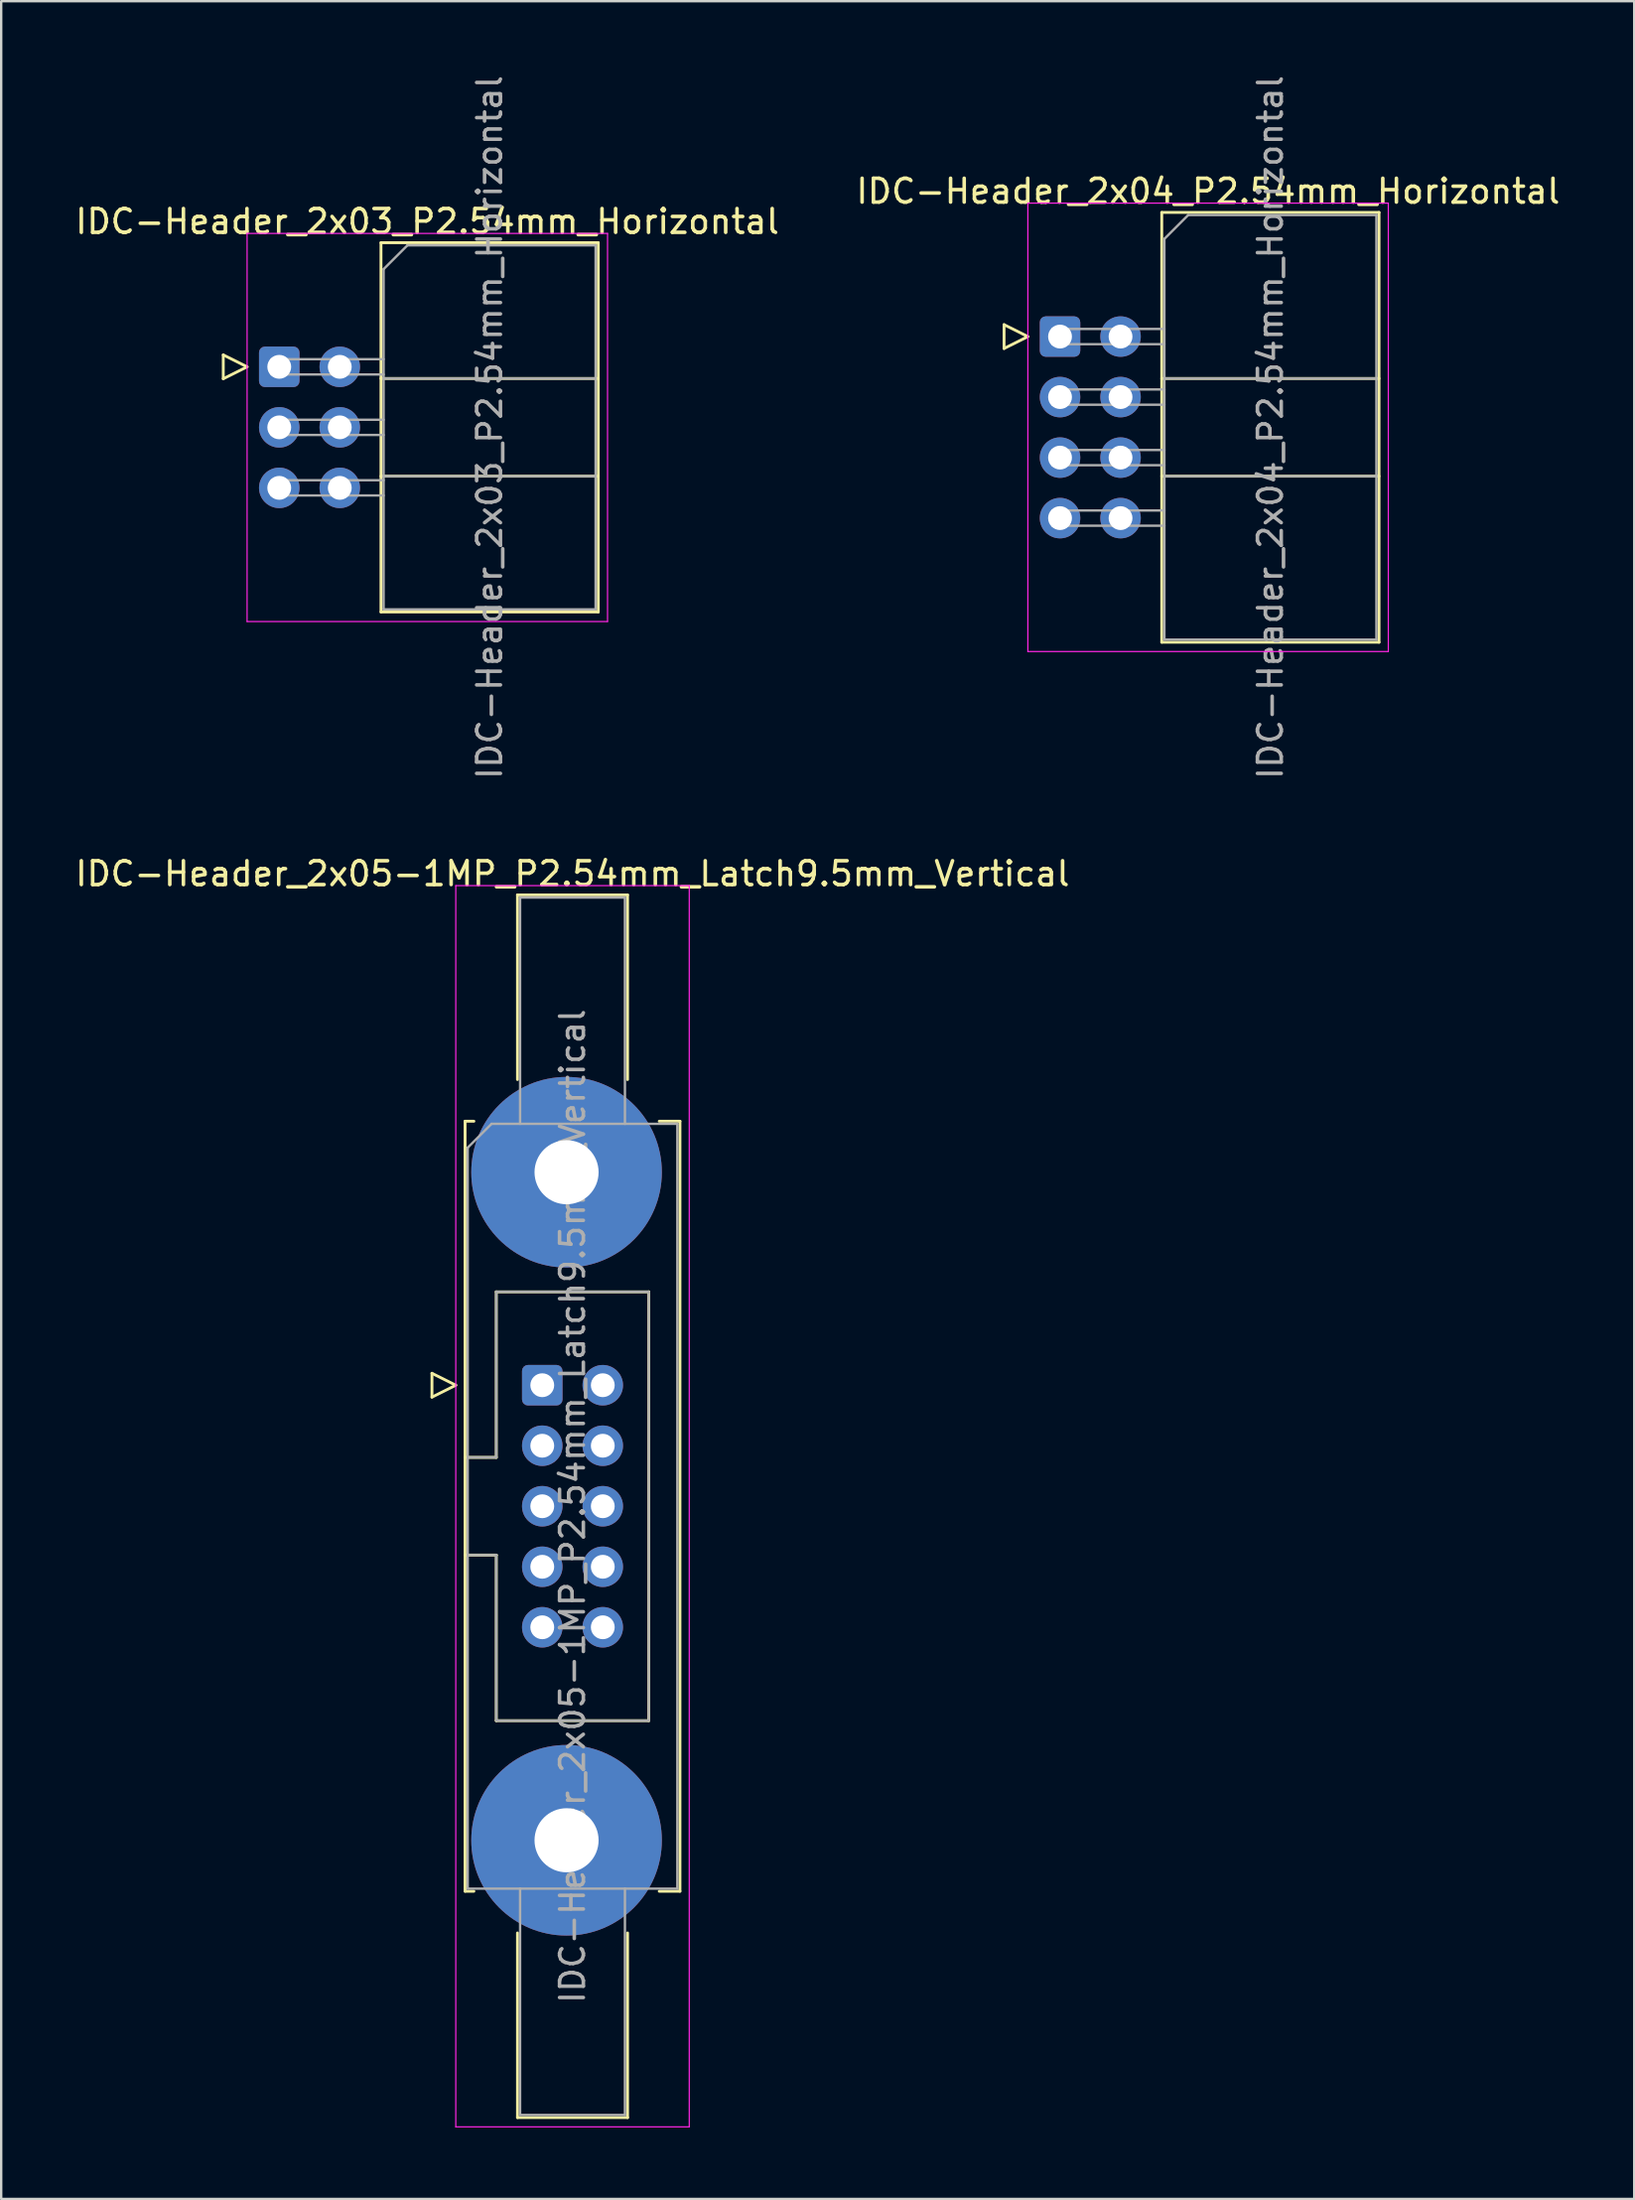
<source format=kicad_pcb>
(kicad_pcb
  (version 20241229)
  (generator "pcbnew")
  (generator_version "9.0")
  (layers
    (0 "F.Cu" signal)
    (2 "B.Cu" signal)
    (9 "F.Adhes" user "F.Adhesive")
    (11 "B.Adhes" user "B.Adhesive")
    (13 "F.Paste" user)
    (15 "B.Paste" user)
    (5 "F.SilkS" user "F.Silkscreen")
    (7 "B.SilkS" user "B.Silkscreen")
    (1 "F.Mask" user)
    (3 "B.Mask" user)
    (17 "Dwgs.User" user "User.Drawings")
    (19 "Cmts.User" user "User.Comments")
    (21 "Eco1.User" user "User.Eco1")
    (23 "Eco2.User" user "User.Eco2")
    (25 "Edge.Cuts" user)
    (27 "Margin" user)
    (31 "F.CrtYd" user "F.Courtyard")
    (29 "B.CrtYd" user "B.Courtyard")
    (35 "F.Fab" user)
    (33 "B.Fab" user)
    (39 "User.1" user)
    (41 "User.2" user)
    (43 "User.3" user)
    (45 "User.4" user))
  (footprint "IDC-Header_2x03_P2.54mm_Horizontal"
    (layer "F.Cu")
    (at 8.672 12.347)
    (property "Reference" "IDC-Header_2x03_P2.54mm_Horizontal" (at 6.215 -6.1 0) (layer "F.SilkS") (effects (font (size 1 1) (thickness 0.15))))
    (attr through_hole)
    (fp_line (start -2.35 -0.5) (end -2.35 0.5) (stroke (width 0.12) (type solid)) (layer "F.SilkS"))
    (fp_line (start -2.35 0.5) (end -1.35 0) (stroke (width 0.12) (type solid)) (layer "F.SilkS"))
    (fp_line (start -1.35 0) (end -2.35 -0.5) (stroke (width 0.12) (type solid)) (layer "F.SilkS"))
    (fp_line (start 4.27 -5.21) (end 13.39 -5.21) (stroke (width 0.12) (type solid)) (layer "F.SilkS"))
    (fp_line (start 4.27 0.49) (end 13.39 0.49) (stroke (width 0.12) (type solid)) (layer "F.SilkS"))
    (fp_line (start 4.27 4.59) (end 13.39 4.59) (stroke (width 0.12) (type solid)) (layer "F.SilkS"))
    (fp_line (start 4.27 10.29) (end 4.27 -5.21) (stroke (width 0.12) (type solid)) (layer "F.SilkS"))
    (fp_line (start 13.39 -5.21) (end 13.39 10.29) (stroke (width 0.12) (type solid)) (layer "F.SilkS"))
    (fp_line (start 13.39 10.29) (end 4.27 10.29) (stroke (width 0.12) (type solid)) (layer "F.SilkS"))
    (fp_line (start -1.35 -5.6) (end -1.35 10.69) (stroke (width 0.05) (type solid)) (layer "F.CrtYd"))
    (fp_line (start -1.35 10.69) (end 13.78 10.69) (stroke (width 0.05) (type solid)) (layer "F.CrtYd"))
    (fp_line (start 13.78 -5.6) (end -1.35 -5.6) (stroke (width 0.05) (type solid)) (layer "F.CrtYd"))
    (fp_line (start 13.78 10.69) (end 13.78 -5.6) (stroke (width 0.05) (type solid)) (layer "F.CrtYd"))
    (fp_line (start -0.32 -0.32) (end -0.32 0.32) (stroke (width 0.1) (type solid)) (layer "F.Fab"))
    (fp_line (start -0.32 0.32) (end 4.38 0.32) (stroke (width 0.1) (type solid)) (layer "F.Fab"))
    (fp_line (start -0.32 2.22) (end -0.32 2.86) (stroke (width 0.1) (type solid)) (layer "F.Fab"))
    (fp_line (start -0.32 2.86) (end 4.38 2.86) (stroke (width 0.1) (type solid)) (layer "F.Fab"))
    (fp_line (start -0.32 4.76) (end -0.32 5.4) (stroke (width 0.1) (type solid)) (layer "F.Fab"))
    (fp_line (start -0.32 5.4) (end 4.38 5.4) (stroke (width 0.1) (type solid)) (layer "F.Fab"))
    (fp_line (start 4.38 -4.1) (end 5.38 -5.1) (stroke (width 0.1) (type solid)) (layer "F.Fab"))
    (fp_line (start 4.38 -0.32) (end -0.32 -0.32) (stroke (width 0.1) (type solid)) (layer "F.Fab"))
    (fp_line (start 4.38 0.49) (end 13.28 0.49) (stroke (width 0.1) (type solid)) (layer "F.Fab"))
    (fp_line (start 4.38 2.22) (end -0.32 2.22) (stroke (width 0.1) (type solid)) (layer "F.Fab"))
    (fp_line (start 4.38 4.59) (end 13.28 4.59) (stroke (width 0.1) (type solid)) (layer "F.Fab"))
    (fp_line (start 4.38 4.76) (end -0.32 4.76) (stroke (width 0.1) (type solid)) (layer "F.Fab"))
    (fp_line (start 4.38 10.18) (end 4.38 -4.1) (stroke (width 0.1) (type solid)) (layer "F.Fab"))
    (fp_line (start 5.38 -5.1) (end 13.28 -5.1) (stroke (width 0.1) (type solid)) (layer "F.Fab"))
    (fp_line (start 13.28 -5.1) (end 13.28 10.18) (stroke (width 0.1) (type solid)) (layer "F.Fab"))
    (fp_line (start 13.28 10.18) (end 4.38 10.18) (stroke (width 0.1) (type solid)) (layer "F.Fab"))
    (fp_text user "${REFERENCE}" (at 8.83 2.54 90) (layer "F.Fab") (effects (font (size 1 1) (thickness 0.15))))
    (pad "1" thru_hole roundrect (at 0 0) (size 1.7 1.7) (drill 1) (layers "*.Cu" "*.Mask") (roundrect_rratio 0.147))
    (pad "2" thru_hole circle (at 2.54 0) (size 1.7 1.7) (drill 1) (layers "*.Cu" "*.Mask"))
    (pad "3" thru_hole circle (at 0 2.54) (size 1.7 1.7) (drill 1) (layers "*.Cu" "*.Mask"))
    (pad "4" thru_hole circle (at 2.54 2.54) (size 1.7 1.7) (drill 1) (layers "*.Cu" "*.Mask"))
    (pad "5" thru_hole circle (at 0 5.08) (size 1.7 1.7) (drill 1) (layers "*.Cu" "*.Mask"))
    (pad "6" thru_hole circle (at 2.54 5.08) (size 1.7 1.7) (drill 1) (layers "*.Cu" "*.Mask")))
  (footprint "IDC-Header_2x04_P2.54mm_Horizontal"
    (layer "F.Cu")
    (at 41.446 11.077)
    (property "Reference" "IDC-Header_2x04_P2.54mm_Horizontal" (at 6.215 -6.1 0) (layer "F.SilkS") (effects (font (size 1 1) (thickness 0.15))))
    (attr through_hole)
    (fp_line (start -2.35 -0.5) (end -2.35 0.5) (stroke (width 0.12) (type solid)) (layer "F.SilkS"))
    (fp_line (start -2.35 0.5) (end -1.35 0) (stroke (width 0.12) (type solid)) (layer "F.SilkS"))
    (fp_line (start -1.35 0) (end -2.35 -0.5) (stroke (width 0.12) (type solid)) (layer "F.SilkS"))
    (fp_line (start 4.27 -5.21) (end 13.39 -5.21) (stroke (width 0.12) (type solid)) (layer "F.SilkS"))
    (fp_line (start 4.27 1.76) (end 13.39 1.76) (stroke (width 0.12) (type solid)) (layer "F.SilkS"))
    (fp_line (start 4.27 5.86) (end 13.39 5.86) (stroke (width 0.12) (type solid)) (layer "F.SilkS"))
    (fp_line (start 4.27 12.83) (end 4.27 -5.21) (stroke (width 0.12) (type solid)) (layer "F.SilkS"))
    (fp_line (start 13.39 -5.21) (end 13.39 12.83) (stroke (width 0.12) (type solid)) (layer "F.SilkS"))
    (fp_line (start 13.39 12.83) (end 4.27 12.83) (stroke (width 0.12) (type solid)) (layer "F.SilkS"))
    (fp_line (start -1.35 -5.6) (end -1.35 13.22) (stroke (width 0.05) (type solid)) (layer "F.CrtYd"))
    (fp_line (start -1.35 13.22) (end 13.78 13.22) (stroke (width 0.05) (type solid)) (layer "F.CrtYd"))
    (fp_line (start 13.78 -5.6) (end -1.35 -5.6) (stroke (width 0.05) (type solid)) (layer "F.CrtYd"))
    (fp_line (start 13.78 13.22) (end 13.78 -5.6) (stroke (width 0.05) (type solid)) (layer "F.CrtYd"))
    (fp_line (start -0.32 -0.32) (end -0.32 0.32) (stroke (width 0.1) (type solid)) (layer "F.Fab"))
    (fp_line (start -0.32 0.32) (end 4.38 0.32) (stroke (width 0.1) (type solid)) (layer "F.Fab"))
    (fp_line (start -0.32 2.22) (end -0.32 2.86) (stroke (width 0.1) (type solid)) (layer "F.Fab"))
    (fp_line (start -0.32 2.86) (end 4.38 2.86) (stroke (width 0.1) (type solid)) (layer "F.Fab"))
    (fp_line (start -0.32 4.76) (end -0.32 5.4) (stroke (width 0.1) (type solid)) (layer "F.Fab"))
    (fp_line (start -0.32 5.4) (end 4.38 5.4) (stroke (width 0.1) (type solid)) (layer "F.Fab"))
    (fp_line (start -0.32 7.3) (end -0.32 7.94) (stroke (width 0.1) (type solid)) (layer "F.Fab"))
    (fp_line (start -0.32 7.94) (end 4.38 7.94) (stroke (width 0.1) (type solid)) (layer "F.Fab"))
    (fp_line (start 4.38 -4.1) (end 5.38 -5.1) (stroke (width 0.1) (type solid)) (layer "F.Fab"))
    (fp_line (start 4.38 -0.32) (end -0.32 -0.32) (stroke (width 0.1) (type solid)) (layer "F.Fab"))
    (fp_line (start 4.38 1.76) (end 13.28 1.76) (stroke (width 0.1) (type solid)) (layer "F.Fab"))
    (fp_line (start 4.38 2.22) (end -0.32 2.22) (stroke (width 0.1) (type solid)) (layer "F.Fab"))
    (fp_line (start 4.38 4.76) (end -0.32 4.76) (stroke (width 0.1) (type solid)) (layer "F.Fab"))
    (fp_line (start 4.38 5.86) (end 13.28 5.86) (stroke (width 0.1) (type solid)) (layer "F.Fab"))
    (fp_line (start 4.38 7.3) (end -0.32 7.3) (stroke (width 0.1) (type solid)) (layer "F.Fab"))
    (fp_line (start 4.38 12.72) (end 4.38 -4.1) (stroke (width 0.1) (type solid)) (layer "F.Fab"))
    (fp_line (start 5.38 -5.1) (end 13.28 -5.1) (stroke (width 0.1) (type solid)) (layer "F.Fab"))
    (fp_line (start 13.28 -5.1) (end 13.28 12.72) (stroke (width 0.1) (type solid)) (layer "F.Fab"))
    (fp_line (start 13.28 12.72) (end 4.38 12.72) (stroke (width 0.1) (type solid)) (layer "F.Fab"))
    (fp_text user "${REFERENCE}" (at 8.83 3.81 90) (layer "F.Fab") (effects (font (size 1 1) (thickness 0.15))))
    (pad "1" thru_hole roundrect (at 0 0) (size 1.7 1.7) (drill 1) (layers "*.Cu" "*.Mask") (roundrect_rratio 0.147))
    (pad "2" thru_hole circle (at 2.54 0) (size 1.7 1.7) (drill 1) (layers "*.Cu" "*.Mask"))
    (pad "3" thru_hole circle (at 0 2.54) (size 1.7 1.7) (drill 1) (layers "*.Cu" "*.Mask"))
    (pad "4" thru_hole circle (at 2.54 2.54) (size 1.7 1.7) (drill 1) (layers "*.Cu" "*.Mask"))
    (pad "5" thru_hole circle (at 0 5.08) (size 1.7 1.7) (drill 1) (layers "*.Cu" "*.Mask"))
    (pad "6" thru_hole circle (at 2.54 5.08) (size 1.7 1.7) (drill 1) (layers "*.Cu" "*.Mask"))
    (pad "7" thru_hole circle (at 0 7.62) (size 1.7 1.7) (drill 1) (layers "*.Cu" "*.Mask"))
    (pad "8" thru_hole circle (at 2.54 7.62) (size 1.7 1.7) (drill 1) (layers "*.Cu" "*.Mask")))
  (footprint "IDC-Header_2x05-1MP_P2.54mm_Latch9.5mm_Vertical"
    (layer "F.Cu")
    (at 19.712 55.092)
    (property "Reference" "IDC-Header_2x05-1MP_P2.54mm_Latch9.5mm_Vertical" (at 1.27 -21.47 0) (layer "F.SilkS") (effects (font (size 1 1) (thickness 0.15))))
    (attr through_hole)
    (fp_line (start -4.63 -0.5) (end -4.63 0.5) (stroke (width 0.12) (type solid)) (layer "F.SilkS"))
    (fp_line (start -4.63 0.5) (end -3.63 0) (stroke (width 0.12) (type solid)) (layer "F.SilkS"))
    (fp_line (start -3.63 0) (end -4.63 -0.5) (stroke (width 0.12) (type solid)) (layer "F.SilkS"))
    (fp_line (start -3.24 -11.08) (end -3.24 21.24) (stroke (width 0.12) (type solid)) (layer "F.SilkS"))
    (fp_line (start -3.24 3.03) (end -1.93 3.03) (stroke (width 0.12) (type solid)) (layer "F.SilkS"))
    (fp_line (start -3.24 21.24) (end -2.87 21.24) (stroke (width 0.12) (type solid)) (layer "F.SilkS"))
    (fp_line (start -2.87 -11.08) (end -3.24 -11.08) (stroke (width 0.12) (type solid)) (layer "F.SilkS"))
    (fp_line (start -1.93 -3.92) (end 4.47 -3.92) (stroke (width 0.12) (type solid)) (layer "F.SilkS"))
    (fp_line (start -1.93 3.03) (end -1.93 -3.92) (stroke (width 0.12) (type solid)) (layer "F.SilkS"))
    (fp_line (start -1.93 7.13) (end -3.24 7.13) (stroke (width 0.12) (type solid)) (layer "F.SilkS"))
    (fp_line (start -1.93 7.13) (end -1.93 7.13) (stroke (width 0.12) (type solid)) (layer "F.SilkS"))
    (fp_line (start -1.93 14.08) (end -1.93 7.13) (stroke (width 0.12) (type solid)) (layer "F.SilkS"))
    (fp_line (start -1.04 -20.58) (end 3.58 -20.58) (stroke (width 0.12) (type solid)) (layer "F.SilkS"))
    (fp_line (start -1.04 -12.83) (end -1.04 -20.58) (stroke (width 0.12) (type solid)) (layer "F.SilkS"))
    (fp_line (start -1.04 22.99) (end -1.04 30.74) (stroke (width 0.12) (type solid)) (layer "F.SilkS"))
    (fp_line (start -1.04 30.74) (end 3.58 30.74) (stroke (width 0.12) (type solid)) (layer "F.SilkS"))
    (fp_line (start 3.58 -20.58) (end 3.58 -12.83) (stroke (width 0.12) (type solid)) (layer "F.SilkS"))
    (fp_line (start 3.58 30.74) (end 3.58 22.99) (stroke (width 0.12) (type solid)) (layer "F.SilkS"))
    (fp_line (start 4.47 -3.92) (end 4.47 14.08) (stroke (width 0.12) (type solid)) (layer "F.SilkS"))
    (fp_line (start 4.47 14.08) (end -1.93 14.08) (stroke (width 0.12) (type solid)) (layer "F.SilkS"))
    (fp_line (start 4.91 -11.08) (end 5.78 -11.08) (stroke (width 0.12) (type solid)) (layer "F.SilkS"))
    (fp_line (start 5.78 -11.08) (end 5.78 21.24) (stroke (width 0.12) (type solid)) (layer "F.SilkS"))
    (fp_line (start 5.78 21.24) (end 4.91 21.24) (stroke (width 0.12) (type solid)) (layer "F.SilkS"))
    (fp_line (start -3.63 -20.97) (end -3.63 31.13) (stroke (width 0.05) (type solid)) (layer "F.CrtYd"))
    (fp_line (start -3.63 31.13) (end 6.17 31.13) (stroke (width 0.05) (type solid)) (layer "F.CrtYd"))
    (fp_line (start 6.17 -20.97) (end -3.63 -20.97) (stroke (width 0.05) (type solid)) (layer "F.CrtYd"))
    (fp_line (start 6.17 31.13) (end 6.17 -20.97) (stroke (width 0.05) (type solid)) (layer "F.CrtYd"))
    (fp_line (start -3.13 -9.97) (end -2.13 -10.97) (stroke (width 0.1) (type solid)) (layer "F.Fab"))
    (fp_line (start -3.13 3.03) (end -1.93 3.03) (stroke (width 0.1) (type solid)) (layer "F.Fab"))
    (fp_line (start -3.13 21.13) (end -3.13 -9.97) (stroke (width 0.1) (type solid)) (layer "F.Fab"))
    (fp_line (start -2.13 -10.97) (end 5.67 -10.97) (stroke (width 0.1) (type solid)) (layer "F.Fab"))
    (fp_line (start -1.93 -3.92) (end 4.47 -3.92) (stroke (width 0.1) (type solid)) (layer "F.Fab"))
    (fp_line (start -1.93 3.03) (end -1.93 -3.92) (stroke (width 0.1) (type solid)) (layer "F.Fab"))
    (fp_line (start -1.93 7.13) (end -3.13 7.13) (stroke (width 0.1) (type solid)) (layer "F.Fab"))
    (fp_line (start -1.93 7.13) (end -1.93 7.13) (stroke (width 0.1) (type solid)) (layer "F.Fab"))
    (fp_line (start -1.93 14.08) (end -1.93 7.13) (stroke (width 0.1) (type solid)) (layer "F.Fab"))
    (fp_line (start -0.93 -20.47) (end 3.47 -20.47) (stroke (width 0.1) (type solid)) (layer "F.Fab"))
    (fp_line (start -0.93 -10.97) (end -0.93 -20.47) (stroke (width 0.1) (type solid)) (layer "F.Fab"))
    (fp_line (start -0.93 21.13) (end -0.93 30.63) (stroke (width 0.1) (type solid)) (layer "F.Fab"))
    (fp_line (start -0.93 30.63) (end 3.47 30.63) (stroke (width 0.1) (type solid)) (layer "F.Fab"))
    (fp_line (start 3.47 -20.47) (end 3.47 -10.97) (stroke (width 0.1) (type solid)) (layer "F.Fab"))
    (fp_line (start 3.47 30.63) (end 3.47 21.13) (stroke (width 0.1) (type solid)) (layer "F.Fab"))
    (fp_line (start 4.47 -3.92) (end 4.47 14.08) (stroke (width 0.1) (type solid)) (layer "F.Fab"))
    (fp_line (start 4.47 14.08) (end -1.93 14.08) (stroke (width 0.1) (type solid)) (layer "F.Fab"))
    (fp_line (start 5.67 -10.97) (end 5.67 21.13) (stroke (width 0.1) (type solid)) (layer "F.Fab"))
    (fp_line (start 5.67 21.13) (end -3.13 21.13) (stroke (width 0.1) (type solid)) (layer "F.Fab"))
    (fp_text user "${REFERENCE}" (at 1.27 5.08 90) (layer "F.Fab") (effects (font (size 1 1) (thickness 0.15))))
    (pad "1" thru_hole roundrect (at 0 0) (size 1.7 1.7) (drill 1) (layers "*.Cu" "*.Mask") (roundrect_rratio 0.147))
    (pad "2" thru_hole circle (at 2.54 0) (size 1.7 1.7) (drill 1) (layers "*.Cu" "*.Mask"))
    (pad "3" thru_hole circle (at 0 2.54) (size 1.7 1.7) (drill 1) (layers "*.Cu" "*.Mask"))
    (pad "4" thru_hole circle (at 2.54 2.54) (size 1.7 1.7) (drill 1) (layers "*.Cu" "*.Mask"))
    (pad "5" thru_hole circle (at 0 5.08) (size 1.7 1.7) (drill 1) (layers "*.Cu" "*.Mask"))
    (pad "6" thru_hole circle (at 2.54 5.08) (size 1.7 1.7) (drill 1) (layers "*.Cu" "*.Mask"))
    (pad "7" thru_hole circle (at 0 7.62) (size 1.7 1.7) (drill 1) (layers "*.Cu" "*.Mask"))
    (pad "8" thru_hole circle (at 2.54 7.62) (size 1.7 1.7) (drill 1) (layers "*.Cu" "*.Mask"))
    (pad "9" thru_hole circle (at 0 10.16) (size 1.7 1.7) (drill 1) (layers "*.Cu" "*.Mask"))
    (pad "10" thru_hole circle (at 2.54 10.16) (size 1.7 1.7) (drill 1) (layers "*.Cu" "*.Mask"))
    (pad "MP" thru_hole circle (at 1.02 -8.94) (size 8 8) (drill 2.69) (layers "*.Cu" "*.Mask"))
    (pad "MP" thru_hole circle (at 1.02 19.1) (size 8 8) (drill 2.69) (layers "*.Cu" "*.Mask")))
  (gr_rect
    (start -3 -3)
    (end 65.548 89.247)
    (stroke (width 0.1) (type default))
    (fill no)
    (layer "Edge.Cuts")))
</source>
